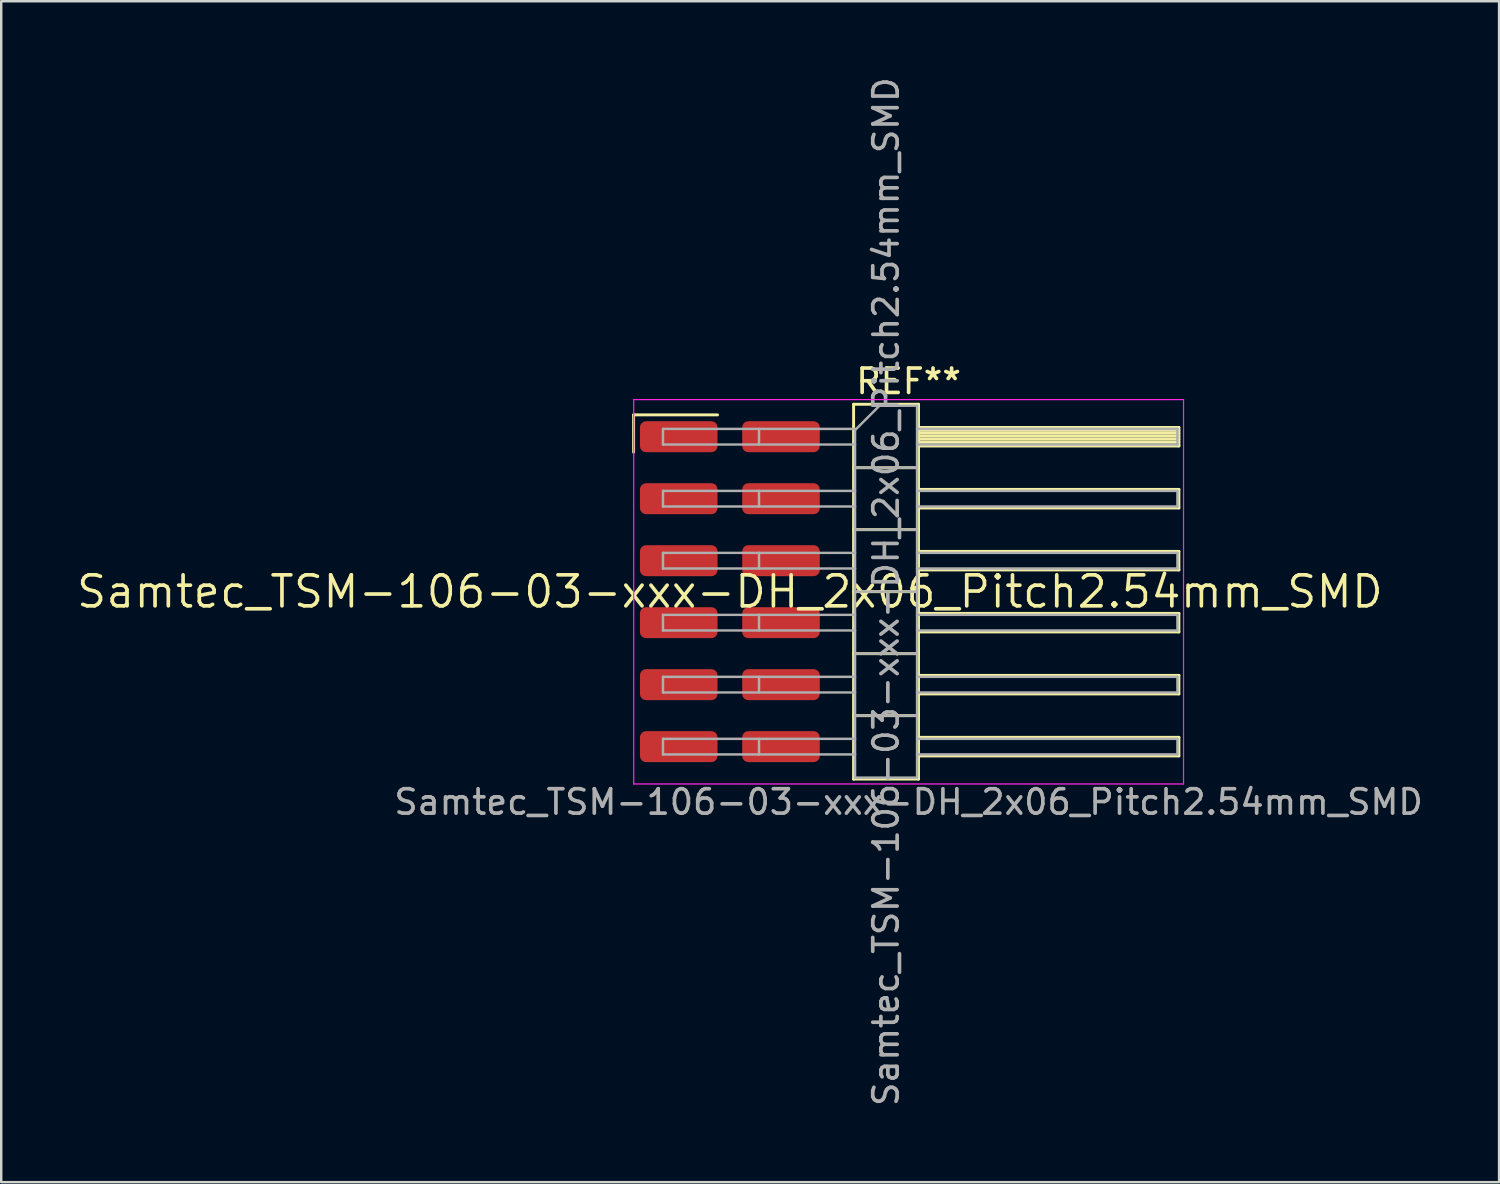
<source format=kicad_pcb>
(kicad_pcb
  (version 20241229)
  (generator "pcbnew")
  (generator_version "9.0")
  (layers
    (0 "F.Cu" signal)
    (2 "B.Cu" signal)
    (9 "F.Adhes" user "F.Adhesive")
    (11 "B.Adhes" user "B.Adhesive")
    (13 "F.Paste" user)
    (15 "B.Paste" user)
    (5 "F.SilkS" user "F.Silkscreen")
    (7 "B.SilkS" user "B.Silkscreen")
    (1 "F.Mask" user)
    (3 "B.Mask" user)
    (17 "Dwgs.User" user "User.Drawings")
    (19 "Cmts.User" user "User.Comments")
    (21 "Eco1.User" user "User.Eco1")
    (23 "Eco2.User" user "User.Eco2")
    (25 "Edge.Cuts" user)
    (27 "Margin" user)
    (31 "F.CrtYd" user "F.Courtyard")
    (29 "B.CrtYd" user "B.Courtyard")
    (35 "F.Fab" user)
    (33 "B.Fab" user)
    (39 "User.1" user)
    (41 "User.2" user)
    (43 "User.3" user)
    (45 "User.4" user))
  (footprint "Samtec_TSM-106-03-xxx-DH_2x06_Pitch2.54mm_SMD"
    (layer "F.Cu")
    (at 26.859 21.196)
    (property "Reference" "Samtec_TSM-106-03-xxx-DH_2x06_Pitch2.54mm_SMD" (at 0 0 0) (layer "F.SilkS") (effects (font (size 1.27 1.27) (thickness 0.15))))
    (attr smd)
    (fp_line (start -3.945 -7.245) (end -0.505 -7.245) (stroke (width 0.12) (type solid)) (layer "F.SilkS"))
    (fp_line (start -3.945 -5.715) (end -3.945 -7.245) (stroke (width 0.12) (type solid)) (layer "F.SilkS"))
    (fp_line (start 5.07 -7.68) (end 7.73 -7.68) (stroke (width 0.12) (type solid)) (layer "F.SilkS"))
    (fp_line (start 5.07 -5.08) (end 7.73 -5.08) (stroke (width 0.12) (type solid)) (layer "F.SilkS"))
    (fp_line (start 5.07 -2.54) (end 7.73 -2.54) (stroke (width 0.12) (type solid)) (layer "F.SilkS"))
    (fp_line (start 5.07 0) (end 7.73 0) (stroke (width 0.12) (type solid)) (layer "F.SilkS"))
    (fp_line (start 5.07 2.54) (end 7.73 2.54) (stroke (width 0.12) (type solid)) (layer "F.SilkS"))
    (fp_line (start 5.07 5.08) (end 7.73 5.08) (stroke (width 0.12) (type solid)) (layer "F.SilkS"))
    (fp_line (start 5.07 7.68) (end 5.07 -7.68) (stroke (width 0.12) (type solid)) (layer "F.SilkS"))
    (fp_line (start 7.73 -7.68) (end 7.73 7.68) (stroke (width 0.12) (type solid)) (layer "F.SilkS"))
    (fp_line (start 7.73 -6.73) (end 18.4 -6.73) (stroke (width 0.12) (type solid)) (layer "F.SilkS"))
    (fp_line (start 7.73 -6.61) (end 18.4 -6.61) (stroke (width 0.12) (type solid)) (layer "F.SilkS"))
    (fp_line (start 7.73 -6.49) (end 18.4 -6.49) (stroke (width 0.12) (type solid)) (layer "F.SilkS"))
    (fp_line (start 7.73 -6.37) (end 18.4 -6.37) (stroke (width 0.12) (type solid)) (layer "F.SilkS"))
    (fp_line (start 7.73 -6.25) (end 18.4 -6.25) (stroke (width 0.12) (type solid)) (layer "F.SilkS"))
    (fp_line (start 7.73 -6.13) (end 18.4 -6.13) (stroke (width 0.12) (type solid)) (layer "F.SilkS"))
    (fp_line (start 7.73 -6.01) (end 18.4 -6.01) (stroke (width 0.12) (type solid)) (layer "F.SilkS"))
    (fp_line (start 7.73 -5.97) (end 18.4 -5.97) (stroke (width 0.12) (type solid)) (layer "F.SilkS"))
    (fp_line (start 7.73 -4.19) (end 18.4 -4.19) (stroke (width 0.12) (type solid)) (layer "F.SilkS"))
    (fp_line (start 7.73 -3.43) (end 18.4 -3.43) (stroke (width 0.12) (type solid)) (layer "F.SilkS"))
    (fp_line (start 7.73 -1.65) (end 18.4 -1.65) (stroke (width 0.12) (type solid)) (layer "F.SilkS"))
    (fp_line (start 7.73 -0.89) (end 18.4 -0.89) (stroke (width 0.12) (type solid)) (layer "F.SilkS"))
    (fp_line (start 7.73 0.89) (end 18.4 0.89) (stroke (width 0.12) (type solid)) (layer "F.SilkS"))
    (fp_line (start 7.73 1.65) (end 18.4 1.65) (stroke (width 0.12) (type solid)) (layer "F.SilkS"))
    (fp_line (start 7.73 3.43) (end 18.4 3.43) (stroke (width 0.12) (type solid)) (layer "F.SilkS"))
    (fp_line (start 7.73 4.19) (end 18.4 4.19) (stroke (width 0.12) (type solid)) (layer "F.SilkS"))
    (fp_line (start 7.73 5.97) (end 18.4 5.97) (stroke (width 0.12) (type solid)) (layer "F.SilkS"))
    (fp_line (start 7.73 6.73) (end 18.4 6.73) (stroke (width 0.12) (type solid)) (layer "F.SilkS"))
    (fp_line (start 7.73 7.68) (end 5.07 7.68) (stroke (width 0.12) (type solid)) (layer "F.SilkS"))
    (fp_line (start 18.4 -6.73) (end 18.4 -5.97) (stroke (width 0.12) (type solid)) (layer "F.SilkS"))
    (fp_line (start 18.4 -4.19) (end 18.4 -3.43) (stroke (width 0.12) (type solid)) (layer "F.SilkS"))
    (fp_line (start 18.4 -1.65) (end 18.4 -0.89) (stroke (width 0.12) (type solid)) (layer "F.SilkS"))
    (fp_line (start 18.4 0.89) (end 18.4 1.65) (stroke (width 0.12) (type solid)) (layer "F.SilkS"))
    (fp_line (start 18.4 3.43) (end 18.4 4.19) (stroke (width 0.12) (type solid)) (layer "F.SilkS"))
    (fp_line (start 18.4 5.97) (end 18.4 6.73) (stroke (width 0.12) (type solid)) (layer "F.SilkS"))
    (fp_line (start -3.94 -7.87) (end 18.59 -7.87) (stroke (width 0.05) (type solid)) (layer "F.CrtYd"))
    (fp_line (start -3.94 7.88) (end -3.94 -7.87) (stroke (width 0.05) (type solid)) (layer "F.CrtYd"))
    (fp_line (start 18.59 -7.87) (end 18.59 7.88) (stroke (width 0.05) (type solid)) (layer "F.CrtYd"))
    (fp_line (start 18.59 7.88) (end -3.94 7.88) (stroke (width 0.05) (type solid)) (layer "F.CrtYd"))
    (fp_line (start -2.74 -6.67) (end -2.74 -6.03) (stroke (width 0.1) (type solid)) (layer "F.Fab"))
    (fp_line (start -2.74 -6.67) (end 5.13 -6.67) (stroke (width 0.1) (type solid)) (layer "F.Fab"))
    (fp_line (start -2.74 -6.03) (end 5.13 -6.03) (stroke (width 0.1) (type solid)) (layer "F.Fab"))
    (fp_line (start -2.74 -4.13) (end -2.74 -3.49) (stroke (width 0.1) (type solid)) (layer "F.Fab"))
    (fp_line (start -2.74 -4.13) (end 5.13 -4.13) (stroke (width 0.1) (type solid)) (layer "F.Fab"))
    (fp_line (start -2.74 -3.49) (end 5.13 -3.49) (stroke (width 0.1) (type solid)) (layer "F.Fab"))
    (fp_line (start -2.74 -1.59) (end -2.74 -0.95) (stroke (width 0.1) (type solid)) (layer "F.Fab"))
    (fp_line (start -2.74 -1.59) (end 5.13 -1.59) (stroke (width 0.1) (type solid)) (layer "F.Fab"))
    (fp_line (start -2.74 -0.95) (end 5.13 -0.95) (stroke (width 0.1) (type solid)) (layer "F.Fab"))
    (fp_line (start -2.74 0.95) (end -2.74 1.59) (stroke (width 0.1) (type solid)) (layer "F.Fab"))
    (fp_line (start -2.74 0.95) (end 5.13 0.95) (stroke (width 0.1) (type solid)) (layer "F.Fab"))
    (fp_line (start -2.74 1.59) (end 5.13 1.59) (stroke (width 0.1) (type solid)) (layer "F.Fab"))
    (fp_line (start -2.74 3.49) (end -2.74 4.13) (stroke (width 0.1) (type solid)) (layer "F.Fab"))
    (fp_line (start -2.74 3.49) (end 5.13 3.49) (stroke (width 0.1) (type solid)) (layer "F.Fab"))
    (fp_line (start -2.74 4.13) (end 5.13 4.13) (stroke (width 0.1) (type solid)) (layer "F.Fab"))
    (fp_line (start -2.74 6.03) (end -2.74 6.67) (stroke (width 0.1) (type solid)) (layer "F.Fab"))
    (fp_line (start -2.74 6.03) (end 5.13 6.03) (stroke (width 0.1) (type solid)) (layer "F.Fab"))
    (fp_line (start -2.74 6.67) (end 5.13 6.67) (stroke (width 0.1) (type solid)) (layer "F.Fab"))
    (fp_line (start 1.195 -6.67) (end 1.195 -6.03) (stroke (width 0.1) (type solid)) (layer "F.Fab"))
    (fp_line (start 1.195 -4.13) (end 1.195 -3.49) (stroke (width 0.1) (type solid)) (layer "F.Fab"))
    (fp_line (start 1.195 -1.59) (end 1.195 -0.95) (stroke (width 0.1) (type solid)) (layer "F.Fab"))
    (fp_line (start 1.195 0.95) (end 1.195 1.59) (stroke (width 0.1) (type solid)) (layer "F.Fab"))
    (fp_line (start 1.195 3.49) (end 1.195 4.13) (stroke (width 0.1) (type solid)) (layer "F.Fab"))
    (fp_line (start 1.195 6.03) (end 1.195 6.67) (stroke (width 0.1) (type solid)) (layer "F.Fab"))
    (fp_line (start 5.13 -6.62) (end 6.13 -7.62) (stroke (width 0.1) (type solid)) (layer "F.Fab"))
    (fp_line (start 5.13 -5.08) (end 7.67 -5.08) (stroke (width 0.1) (type solid)) (layer "F.Fab"))
    (fp_line (start 5.13 -2.54) (end 7.67 -2.54) (stroke (width 0.1) (type solid)) (layer "F.Fab"))
    (fp_line (start 5.13 0) (end 7.67 0) (stroke (width 0.1) (type solid)) (layer "F.Fab"))
    (fp_line (start 5.13 2.54) (end 7.67 2.54) (stroke (width 0.1) (type solid)) (layer "F.Fab"))
    (fp_line (start 5.13 5.08) (end 7.67 5.08) (stroke (width 0.1) (type solid)) (layer "F.Fab"))
    (fp_line (start 5.13 7.62) (end 5.13 -6.62) (stroke (width 0.1) (type solid)) (layer "F.Fab"))
    (fp_line (start 6.13 -7.62) (end 7.67 -7.62) (stroke (width 0.1) (type solid)) (layer "F.Fab"))
    (fp_line (start 7.67 -7.62) (end 7.67 7.62) (stroke (width 0.1) (type solid)) (layer "F.Fab"))
    (fp_line (start 7.67 -6.67) (end 18.34 -6.67) (stroke (width 0.1) (type solid)) (layer "F.Fab"))
    (fp_line (start 7.67 -6.03) (end 18.34 -6.03) (stroke (width 0.1) (type solid)) (layer "F.Fab"))
    (fp_line (start 7.67 -4.13) (end 18.34 -4.13) (stroke (width 0.1) (type solid)) (layer "F.Fab"))
    (fp_line (start 7.67 -3.49) (end 18.34 -3.49) (stroke (width 0.1) (type solid)) (layer "F.Fab"))
    (fp_line (start 7.67 -1.59) (end 18.34 -1.59) (stroke (width 0.1) (type solid)) (layer "F.Fab"))
    (fp_line (start 7.67 -0.95) (end 18.34 -0.95) (stroke (width 0.1) (type solid)) (layer "F.Fab"))
    (fp_line (start 7.67 0.95) (end 18.34 0.95) (stroke (width 0.1) (type solid)) (layer "F.Fab"))
    (fp_line (start 7.67 1.59) (end 18.34 1.59) (stroke (width 0.1) (type solid)) (layer "F.Fab"))
    (fp_line (start 7.67 3.49) (end 18.34 3.49) (stroke (width 0.1) (type solid)) (layer "F.Fab"))
    (fp_line (start 7.67 4.13) (end 18.34 4.13) (stroke (width 0.1) (type solid)) (layer "F.Fab"))
    (fp_line (start 7.67 6.03) (end 18.34 6.03) (stroke (width 0.1) (type solid)) (layer "F.Fab"))
    (fp_line (start 7.67 6.67) (end 18.34 6.67) (stroke (width 0.1) (type solid)) (layer "F.Fab"))
    (fp_line (start 7.67 7.62) (end 5.13 7.62) (stroke (width 0.1) (type solid)) (layer "F.Fab"))
    (fp_line (start 18.34 -6.67) (end 18.34 -6.03) (stroke (width 0.1) (type solid)) (layer "F.Fab"))
    (fp_line (start 18.34 -4.13) (end 18.34 -3.49) (stroke (width 0.1) (type solid)) (layer "F.Fab"))
    (fp_line (start 18.34 -1.59) (end 18.34 -0.95) (stroke (width 0.1) (type solid)) (layer "F.Fab"))
    (fp_line (start 18.34 0.95) (end 18.34 1.59) (stroke (width 0.1) (type solid)) (layer "F.Fab"))
    (fp_line (start 18.34 3.49) (end 18.34 4.13) (stroke (width 0.1) (type solid)) (layer "F.Fab"))
    (fp_line (start 18.34 6.03) (end 18.34 6.67) (stroke (width 0.1) (type solid)) (layer "F.Fab"))
    (fp_text user "REF**" (at 7.325 -8.62 0) (layer "F.SilkS") (effects (font (size 1 1) (thickness 0.15))))
    (fp_text user "Samtec_TSM-106-03-xxx-DH_2x06_Pitch2.54mm_SMD" (at 7.325 8.62 0) (layer "F.Fab") (effects (font (size 1 1) (thickness 0.15))))
    (fp_text user "${REFERENCE}" (at 6.4 0 90) (layer "F.Fab") (effects (font (size 1 1) (thickness 0.15))))
    (pad "1" smd roundrect (at -2.095 -6.35) (size 3.18 1.27) (layers "F.Cu" "F.Mask" "F.Paste") (roundrect_rratio 0.197))
    (pad "2" smd roundrect (at 2.095 -6.35) (size 3.18 1.27) (layers "F.Cu" "F.Mask" "F.Paste") (roundrect_rratio 0.197))
    (pad "3" smd roundrect (at -2.095 -3.81) (size 3.18 1.27) (layers "F.Cu" "F.Mask" "F.Paste") (roundrect_rratio 0.197))
    (pad "4" smd roundrect (at 2.095 -3.81) (size 3.18 1.27) (layers "F.Cu" "F.Mask" "F.Paste") (roundrect_rratio 0.197))
    (pad "5" smd roundrect (at -2.095 -1.27) (size 3.18 1.27) (layers "F.Cu" "F.Mask" "F.Paste") (roundrect_rratio 0.197))
    (pad "6" smd roundrect (at 2.095 -1.27) (size 3.18 1.27) (layers "F.Cu" "F.Mask" "F.Paste") (roundrect_rratio 0.197))
    (pad "7" smd roundrect (at -2.095 1.27) (size 3.18 1.27) (layers "F.Cu" "F.Mask" "F.Paste") (roundrect_rratio 0.197))
    (pad "8" smd roundrect (at 2.095 1.27) (size 3.18 1.27) (layers "F.Cu" "F.Mask" "F.Paste") (roundrect_rratio 0.197))
    (pad "9" smd roundrect (at -2.095 3.81) (size 3.18 1.27) (layers "F.Cu" "F.Mask" "F.Paste") (roundrect_rratio 0.197))
    (pad "10" smd roundrect (at 2.095 3.81) (size 3.18 1.27) (layers "F.Cu" "F.Mask" "F.Paste") (roundrect_rratio 0.197))
    (pad "11" smd roundrect (at -2.095 6.35) (size 3.18 1.27) (layers "F.Cu" "F.Mask" "F.Paste") (roundrect_rratio 0.197))
    (pad "12" smd roundrect (at 2.095 6.35) (size 3.18 1.27) (layers "F.Cu" "F.Mask" "F.Paste") (roundrect_rratio 0.197)))
  (gr_rect
    (start -3 -3)
    (end 58.38 45.393)
    (stroke (width 0.1) (type default))
    (fill no)
    (layer "Edge.Cuts")))
</source>
